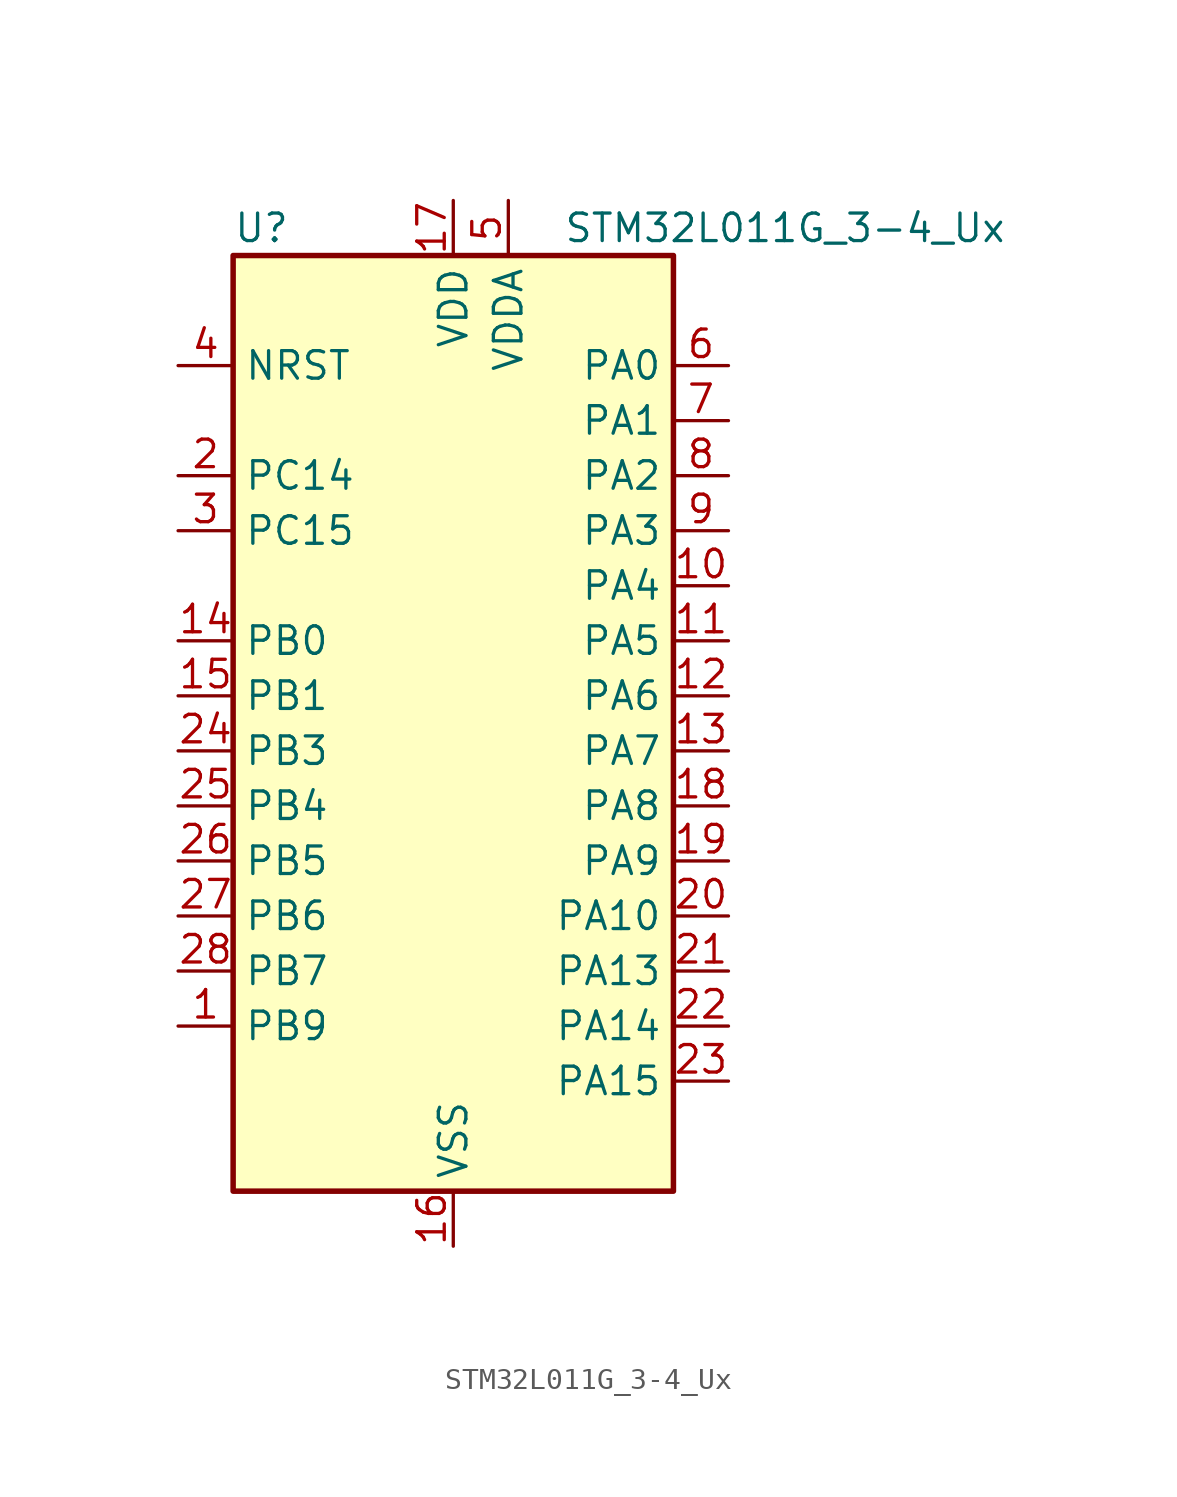
<source format=kicad_sym>
(kicad_symbol_lib
  (version 20241209)
  (generator "kicad_symbol_editor")
  (generator_version "9.0")
  (symbol "STM32L011G_3-4_Ux"
    (property "Reference" "U"
      (at -10.16 24.13 0)
      (effects (font (size 1.27 1.27)) (justify left)))
    (property "Value" "STM32L011G_3-4_Ux"
      (at 5.08 24.13 0)
      (effects (font (size 1.27 1.27)) (justify left)))
    (symbol "STM32L011G_3-4_Ux_0_1"
      (rectangle (start -10.16 -20.32) (end 10.16 22.86) (stroke (width 0.254) (type default)) (fill (type background))))
    (symbol "STM32L011G_3-4_Ux_1_1"
      (pin input line (at -12.7 17.78 0) (length 2.54) (name "NRST" (effects (font (size 1.27 1.27)))) (number "4" (effects (font (size 1.27 1.27)))))
      (pin bidirectional line (at -12.7 12.7 0) (length 2.54) (name "PC14" (effects (font (size 1.27 1.27)))) (number "2" (effects (font (size 1.27 1.27)))) (alternate "RCC_OSC32_IN" bidirectional line))
      (pin bidirectional line (at -12.7 10.16 0) (length 2.54) (name "PC15" (effects (font (size 1.27 1.27)))) (number "3" (effects (font (size 1.27 1.27)))) (alternate "RCC_OSC32_OUT" bidirectional line))
      (pin bidirectional line (at -12.7 5.08 0) (length 2.54) (name "PB0" (effects (font (size 1.27 1.27)))) (number "14" (effects (font (size 1.27 1.27)))) (alternate "ADC_IN8" bidirectional line) (alternate "SPI1_MISO" bidirectional line) (alternate "SYS_VREF_OUT_PB0" bidirectional line) (alternate "TIM2_CH2" bidirectional line) (alternate "TIM2_CH3" bidirectional line) (alternate "USART2_DE" bidirectional line) (alternate "USART2_RTS" bidirectional line))
      (pin bidirectional line (at -12.7 2.54 0) (length 2.54) (name "PB1" (effects (font (size 1.27 1.27)))) (number "15" (effects (font (size 1.27 1.27)))) (alternate "ADC_IN9" bidirectional line) (alternate "LPTIM1_IN1" bidirectional line) (alternate "LPUART1_DE" bidirectional line) (alternate "LPUART1_RTS" bidirectional line) (alternate "SPI1_MOSI" bidirectional line) (alternate "SYS_VREF_OUT_PB1" bidirectional line) (alternate "TIM2_CH4" bidirectional line) (alternate "USART2_CK" bidirectional line))
      (pin bidirectional line (at -12.7 0 0) (length 2.54) (name "PB3" (effects (font (size 1.27 1.27)))) (number "24" (effects (font (size 1.27 1.27)))) (alternate "COMP2_INM" bidirectional line) (alternate "SPI1_SCK" bidirectional line) (alternate "TIM2_CH2" bidirectional line))
      (pin bidirectional line (at -12.7 -2.54 0) (length 2.54) (name "PB4" (effects (font (size 1.27 1.27)))) (number "25" (effects (font (size 1.27 1.27)))) (alternate "COMP2_INP" bidirectional line) (alternate "SPI1_MISO" bidirectional line))
      (pin bidirectional line (at -12.7 -5.08 0) (length 2.54) (name "PB5" (effects (font (size 1.27 1.27)))) (number "26" (effects (font (size 1.27 1.27)))) (alternate "COMP2_INP" bidirectional line) (alternate "I2C1_SMBA" bidirectional line) (alternate "LPTIM1_IN1" bidirectional line) (alternate "SPI1_MOSI" bidirectional line) (alternate "TIM21_CH1" bidirectional line))
      (pin bidirectional line (at -12.7 -7.62 0) (length 2.54) (name "PB6" (effects (font (size 1.27 1.27)))) (number "27" (effects (font (size 1.27 1.27)))) (alternate "COMP2_INP" bidirectional line) (alternate "I2C1_SCL" bidirectional line) (alternate "LPTIM1_ETR" bidirectional line) (alternate "LPUART1_TX" bidirectional line) (alternate "TIM2_CH3" bidirectional line) (alternate "USART2_TX" bidirectional line))
      (pin bidirectional line (at -12.7 -10.16 0) (length 2.54) (name "PB7" (effects (font (size 1.27 1.27)))) (number "28" (effects (font (size 1.27 1.27)))) (alternate "COMP2_INP" bidirectional line) (alternate "I2C1_SDA" bidirectional line) (alternate "LPTIM1_IN2" bidirectional line) (alternate "LPUART1_RX" bidirectional line) (alternate "SYS_PVD_IN" bidirectional line) (alternate "TIM2_CH4" bidirectional line) (alternate "USART2_RX" bidirectional line))
      (pin bidirectional line (at -12.7 -12.7 0) (length 2.54) (name "PB9" (effects (font (size 1.27 1.27)))) (number "1" (effects (font (size 1.27 1.27)))))
      (pin power_in line (at 0 25.4 270) (length 2.54) (name "VDD" (effects (font (size 1.27 1.27)))) (number "17" (effects (font (size 1.27 1.27)))))
      (pin power_in line (at 0 -22.86 90) (length 2.54) (name "VSS" (effects (font (size 1.27 1.27)))) (number "16" (effects (font (size 1.27 1.27)))))
      (pin power_in line (at 2.54 25.4 270) (length 2.54) (name "VDDA" (effects (font (size 1.27 1.27)))) (number "5" (effects (font (size 1.27 1.27)))))
      (pin bidirectional line (at 12.7 17.78 180) (length 2.54) (name "PA0" (effects (font (size 1.27 1.27)))) (number "6" (effects (font (size 1.27 1.27)))) (alternate "ADC_IN0" bidirectional line) (alternate "COMP1_INM" bidirectional line) (alternate "COMP1_OUT" bidirectional line) (alternate "LPTIM1_IN1" bidirectional line) (alternate "LPUART1_RX" bidirectional line) (alternate "RCC_CK_IN" bidirectional line) (alternate "RTC_TAMP2" bidirectional line) (alternate "SYS_WKUP1" bidirectional line) (alternate "TIM2_CH1" bidirectional line) (alternate "TIM2_ETR" bidirectional line) (alternate "USART2_CTS" bidirectional line) (alternate "USART2_RX" bidirectional line))
      (pin bidirectional line (at 12.7 15.24 180) (length 2.54) (name "PA1" (effects (font (size 1.27 1.27)))) (number "7" (effects (font (size 1.27 1.27)))) (alternate "ADC_IN1" bidirectional line) (alternate "COMP1_INP" bidirectional line) (alternate "I2C1_SMBA" bidirectional line) (alternate "LPTIM1_IN2" bidirectional line) (alternate "LPUART1_TX" bidirectional line) (alternate "TIM21_ETR" bidirectional line) (alternate "TIM2_CH2" bidirectional line) (alternate "USART2_DE" bidirectional line) (alternate "USART2_RTS" bidirectional line))
      (pin bidirectional line (at 12.7 12.7 180) (length 2.54) (name "PA2" (effects (font (size 1.27 1.27)))) (number "8" (effects (font (size 1.27 1.27)))) (alternate "ADC_IN2" bidirectional line) (alternate "COMP2_INM" bidirectional line) (alternate "COMP2_OUT" bidirectional line) (alternate "LPUART1_TX" bidirectional line) (alternate "RTC_OUT_ALARM" bidirectional line) (alternate "RTC_OUT_CALIB" bidirectional line) (alternate "RTC_TAMP3" bidirectional line) (alternate "RTC_TS" bidirectional line) (alternate "SYS_WKUP3" bidirectional line) (alternate "TIM21_CH1" bidirectional line) (alternate "TIM2_CH3" bidirectional line) (alternate "USART2_TX" bidirectional line))
      (pin bidirectional line (at 12.7 10.16 180) (length 2.54) (name "PA3" (effects (font (size 1.27 1.27)))) (number "9" (effects (font (size 1.27 1.27)))) (alternate "ADC_IN3" bidirectional line) (alternate "COMP2_INP" bidirectional line) (alternate "LPUART1_RX" bidirectional line) (alternate "TIM21_CH2" bidirectional line) (alternate "TIM2_CH4" bidirectional line) (alternate "USART2_RX" bidirectional line))
      (pin bidirectional line (at 12.7 7.62 180) (length 2.54) (name "PA4" (effects (font (size 1.27 1.27)))) (number "10" (effects (font (size 1.27 1.27)))) (alternate "ADC_IN4" bidirectional line) (alternate "COMP1_INM" bidirectional line) (alternate "COMP2_INM" bidirectional line) (alternate "COMP2_OUT" bidirectional line) (alternate "I2C1_SCL" bidirectional line) (alternate "LPTIM1_ETR" bidirectional line) (alternate "LPTIM1_IN1" bidirectional line) (alternate "LPUART1_TX" bidirectional line) (alternate "SPI1_NSS" bidirectional line) (alternate "TIM2_ETR" bidirectional line) (alternate "USART2_CK" bidirectional line))
      (pin bidirectional line (at 12.7 5.08 180) (length 2.54) (name "PA5" (effects (font (size 1.27 1.27)))) (number "11" (effects (font (size 1.27 1.27)))) (alternate "ADC_IN5" bidirectional line) (alternate "COMP1_INM" bidirectional line) (alternate "COMP2_INM" bidirectional line) (alternate "LPTIM1_IN2" bidirectional line) (alternate "SPI1_SCK" bidirectional line) (alternate "TIM2_CH1" bidirectional line) (alternate "TIM2_ETR" bidirectional line))
      (pin bidirectional line (at 12.7 2.54 180) (length 2.54) (name "PA6" (effects (font (size 1.27 1.27)))) (number "12" (effects (font (size 1.27 1.27)))) (alternate "ADC_IN6" bidirectional line) (alternate "COMP1_OUT" bidirectional line) (alternate "LPTIM1_ETR" bidirectional line) (alternate "LPUART1_CTS" bidirectional line) (alternate "SPI1_MISO" bidirectional line))
      (pin bidirectional line (at 12.7 0 180) (length 2.54) (name "PA7" (effects (font (size 1.27 1.27)))) (number "13" (effects (font (size 1.27 1.27)))) (alternate "ADC_IN7" bidirectional line) (alternate "COMP2_INP" bidirectional line) (alternate "COMP2_OUT" bidirectional line) (alternate "LPTIM1_OUT" bidirectional line) (alternate "SPI1_MOSI" bidirectional line) (alternate "TIM21_ETR" bidirectional line) (alternate "USART2_CTS" bidirectional line))
      (pin bidirectional line (at 12.7 -2.54 180) (length 2.54) (name "PA8" (effects (font (size 1.27 1.27)))) (number "18" (effects (font (size 1.27 1.27)))) (alternate "LPTIM1_IN1" bidirectional line) (alternate "RCC_MCO" bidirectional line) (alternate "TIM2_CH1" bidirectional line) (alternate "USART2_CK" bidirectional line))
      (pin bidirectional line (at 12.7 -5.08 180) (length 2.54) (name "PA9" (effects (font (size 1.27 1.27)))) (number "19" (effects (font (size 1.27 1.27)))) (alternate "COMP1_OUT" bidirectional line) (alternate "I2C1_SCL" bidirectional line) (alternate "LPTIM1_OUT" bidirectional line) (alternate "RCC_MCO" bidirectional line) (alternate "TIM21_CH2" bidirectional line) (alternate "USART2_TX" bidirectional line))
      (pin bidirectional line (at 12.7 -7.62 180) (length 2.54) (name "PA10" (effects (font (size 1.27 1.27)))) (number "20" (effects (font (size 1.27 1.27)))) (alternate "COMP1_OUT" bidirectional line) (alternate "I2C1_SDA" bidirectional line) (alternate "RTC_REFIN" bidirectional line) (alternate "TIM21_CH1" bidirectional line) (alternate "TIM2_CH3" bidirectional line) (alternate "USART2_RX" bidirectional line))
      (pin bidirectional line (at 12.7 -10.16 180) (length 2.54) (name "PA13" (effects (font (size 1.27 1.27)))) (number "21" (effects (font (size 1.27 1.27)))) (alternate "COMP1_OUT" bidirectional line) (alternate "I2C1_SDA" bidirectional line) (alternate "LPTIM1_ETR" bidirectional line) (alternate "LPUART1_RX" bidirectional line) (alternate "SPI1_SCK" bidirectional line) (alternate "SYS_SWDIO" bidirectional line))
      (pin bidirectional line (at 12.7 -12.7 180) (length 2.54) (name "PA14" (effects (font (size 1.27 1.27)))) (number "22" (effects (font (size 1.27 1.27)))) (alternate "COMP2_OUT" bidirectional line) (alternate "I2C1_SMBA" bidirectional line) (alternate "LPTIM1_OUT" bidirectional line) (alternate "LPUART1_TX" bidirectional line) (alternate "SPI1_MISO" bidirectional line) (alternate "SYS_SWCLK" bidirectional line) (alternate "USART2_TX" bidirectional line))
      (pin bidirectional line (at 12.7 -15.24 180) (length 2.54) (name "PA15" (effects (font (size 1.27 1.27)))) (number "23" (effects (font (size 1.27 1.27)))) (alternate "SPI1_NSS" bidirectional line) (alternate "TIM2_CH1" bidirectional line) (alternate "TIM2_ETR" bidirectional line) (alternate "USART2_RX" bidirectional line)))))
</source>
